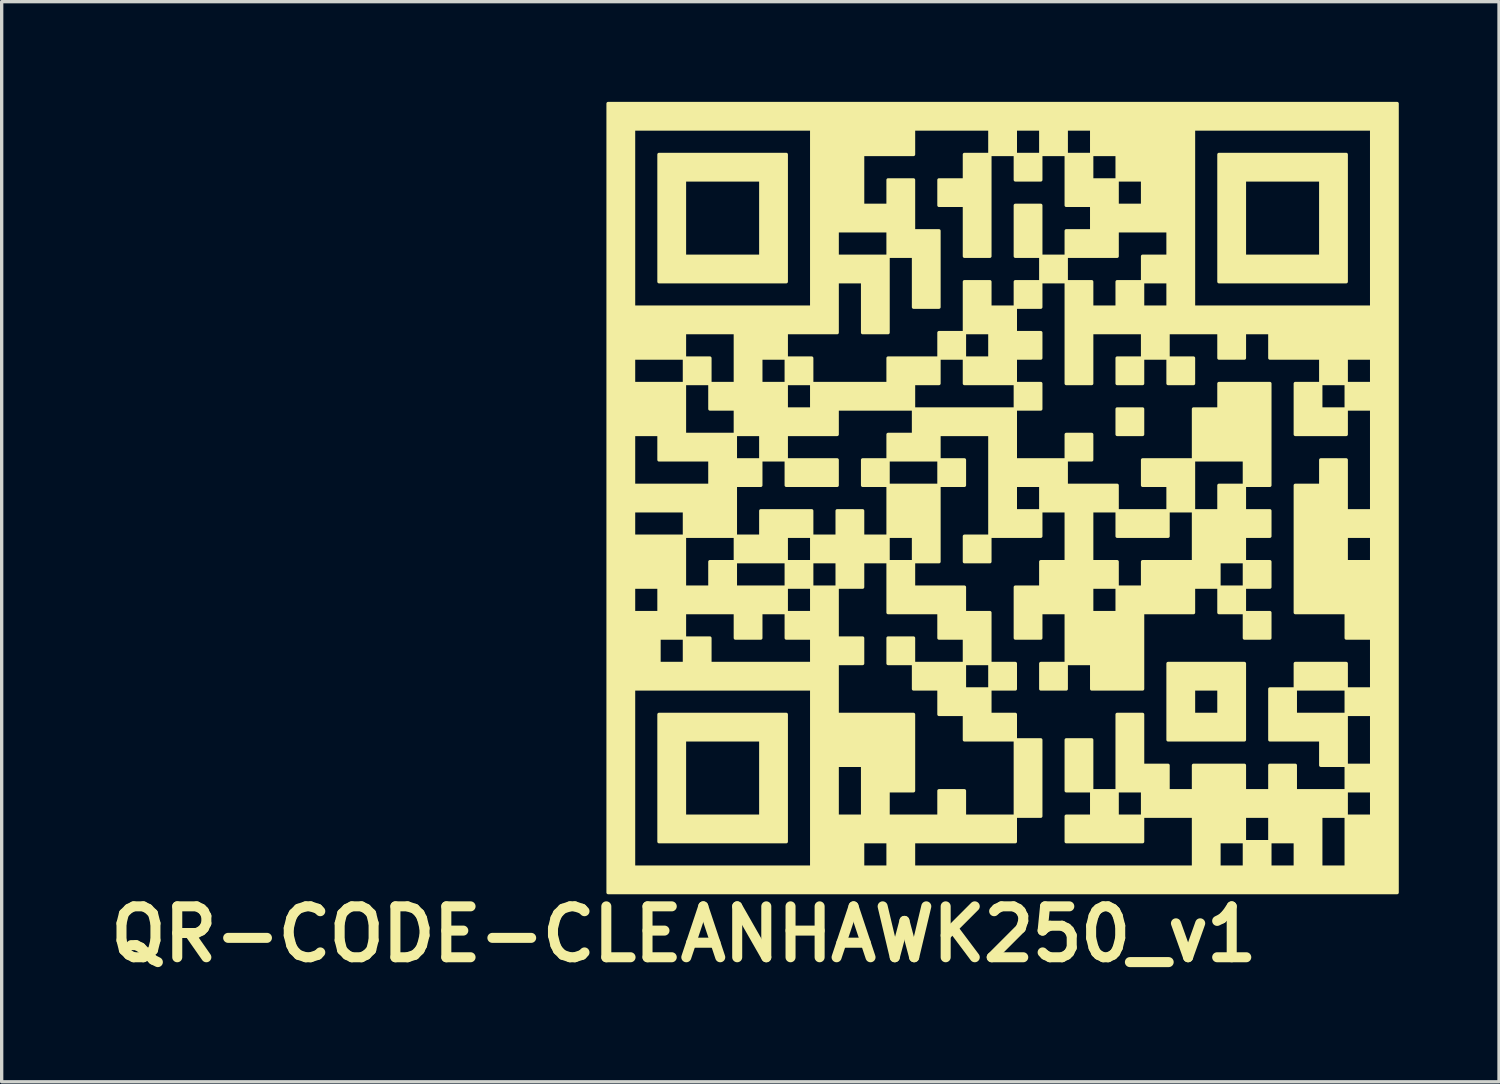
<source format=kicad_pcb>
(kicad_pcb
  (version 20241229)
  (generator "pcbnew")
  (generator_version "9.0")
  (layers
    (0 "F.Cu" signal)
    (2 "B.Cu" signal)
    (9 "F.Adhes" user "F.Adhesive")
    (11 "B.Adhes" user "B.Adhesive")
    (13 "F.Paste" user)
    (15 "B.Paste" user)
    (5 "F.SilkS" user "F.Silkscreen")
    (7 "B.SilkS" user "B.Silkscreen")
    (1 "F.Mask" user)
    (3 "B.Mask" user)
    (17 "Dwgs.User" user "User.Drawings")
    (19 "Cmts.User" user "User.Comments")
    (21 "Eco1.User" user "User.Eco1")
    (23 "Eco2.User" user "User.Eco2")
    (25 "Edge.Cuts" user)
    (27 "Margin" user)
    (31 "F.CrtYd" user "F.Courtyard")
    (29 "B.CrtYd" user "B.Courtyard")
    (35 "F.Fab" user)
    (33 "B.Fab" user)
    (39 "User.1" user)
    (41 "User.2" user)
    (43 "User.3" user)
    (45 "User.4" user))
  (footprint "QR-CODE-CLEANHAWK250_v1"
    (layer "F.Cu")
    (at 26.924 11.819)
    (property "Reference" "QR-CODE-CLEANHAWK250_v1" (at -9.5 13.1 0) (layer "F.SilkS") (effects (font (size 1.524 1.524) (thickness 0.3))))
    (attr through_hole)
    (fp_poly (pts (xy -8.721 -3.387) (xy -9.102 -3.387) (xy -9.483 -3.387) (xy -9.483 -3.768) (xy -9.483 -4.149) (xy -9.102 -4.149) (xy -8.721 -4.149) (xy -8.721 -3.768) (xy -8.721 -3.387)) (stroke (width 0.1) (type solid)) (fill yes) (layer "F.SilkS"))
    (fp_poly (pts (xy -5.673 -3.387) (xy -6.054 -3.387) (xy -6.435 -3.387) (xy -6.435 -3.768) (xy -6.435 -4.149) (xy -6.054 -4.149) (xy -5.673 -4.149) (xy -5.673 -3.768) (xy -5.673 -3.387)) (stroke (width 0.1) (type solid)) (fill yes) (layer "F.SilkS"))
    (fp_poly (pts (xy -5.673 2.709) (xy -6.054 2.709) (xy -6.435 2.709) (xy -6.435 2.328) (xy -6.435 1.947) (xy -6.054 1.947) (xy -5.673 1.947) (xy -5.673 2.328) (xy -5.673 2.709)) (stroke (width 0.1) (type solid)) (fill yes) (layer "F.SilkS"))
    (fp_poly (pts (xy -4.911 -0.339) (xy -5.673 -0.339) (xy -6.435 -0.339) (xy -6.435 -0.72) (xy -6.435 -1.101) (xy -5.673 -1.101) (xy -4.911 -1.101) (xy -4.911 -0.72) (xy -4.911 -0.339)) (stroke (width 0.1) (type solid)) (fill yes) (layer "F.SilkS"))
    (fp_poly (pts (xy -3.387 -0.339) (xy -3.768 -0.339) (xy -4.149 -0.339) (xy -4.149 -0.72) (xy -4.149 -1.101) (xy -3.768 -1.101) (xy -3.387 -1.101) (xy -3.387 -0.72) (xy -3.387 -0.339)) (stroke (width 0.1) (type solid)) (fill yes) (layer "F.SilkS"))
    (fp_poly (pts (xy -2.625 4.995) (xy -3.006 4.995) (xy -3.387 4.995) (xy -3.387 4.614) (xy -3.387 4.233) (xy -3.006 4.233) (xy -2.625 4.233) (xy -2.625 4.614) (xy -2.625 4.995)) (stroke (width 0.1) (type solid)) (fill yes) (layer "F.SilkS"))
    (fp_poly (pts (xy -1.101 -4.149) (xy -1.482 -4.149) (xy -1.863 -4.149) (xy -1.863 -4.53) (xy -1.863 -4.911) (xy -1.482 -4.911) (xy -1.101 -4.911) (xy -1.101 -4.53) (xy -1.101 -4.149)) (stroke (width 0.1) (type solid)) (fill yes) (layer "F.SilkS"))
    (fp_poly (pts (xy -1.101 -0.339) (xy -1.482 -0.339) (xy -1.863 -0.339) (xy -1.863 -0.72) (xy -1.863 -1.101) (xy -1.482 -1.101) (xy -1.101 -1.101) (xy -1.101 -0.72) (xy -1.101 -0.339)) (stroke (width 0.1) (type solid)) (fill yes) (layer "F.SilkS"))
    (fp_poly (pts (xy -0.339 1.947) (xy -0.72 1.947) (xy -1.101 1.947) (xy -1.101 1.566) (xy -1.101 1.185) (xy -0.72 1.185) (xy -0.339 1.185) (xy -0.339 1.566) (xy -0.339 1.947)) (stroke (width 0.1) (type solid)) (fill yes) (layer "F.SilkS"))
    (fp_poly (pts (xy 0.423 5.757) (xy 0.042 5.757) (xy -0.339 5.757) (xy -0.339 5.376) (xy -0.339 4.995) (xy 0.042 4.995) (xy 0.423 4.995) (xy 0.423 5.376) (xy 0.423 5.757)) (stroke (width 0.1) (type solid)) (fill yes) (layer "F.SilkS"))
    (fp_poly (pts (xy 1.185 -9.483) (xy 0.804 -9.483) (xy 0.423 -9.483) (xy 0.423 -9.864) (xy 0.423 -10.245) (xy 0.804 -10.245) (xy 1.185 -10.245) (xy 1.185 -9.864) (xy 1.185 -9.483)) (stroke (width 0.1) (type solid)) (fill yes) (layer "F.SilkS"))
    (fp_poly (pts (xy 1.185 -7.197) (xy 0.804 -7.197) (xy 0.423 -7.197) (xy 0.423 -7.959) (xy 0.423 -8.721) (xy 0.804 -8.721) (xy 1.185 -8.721) (xy 1.185 -7.959) (xy 1.185 -7.197)) (stroke (width 0.1) (type solid)) (fill yes) (layer "F.SilkS"))
    (fp_poly (pts (xy 1.185 -5.673) (xy 0.804 -5.673) (xy 0.423 -5.673) (xy 0.423 -6.054) (xy 0.423 -6.435) (xy 0.804 -6.435) (xy 1.185 -6.435) (xy 1.185 -6.054) (xy 1.185 -5.673)) (stroke (width 0.1) (type solid)) (fill yes) (layer "F.SilkS"))
    (fp_poly (pts (xy 1.185 -2.625) (xy 0.804 -2.625) (xy 0.423 -2.625) (xy 0.423 -3.006) (xy 0.423 -3.387) (xy 0.804 -3.387) (xy 1.185 -3.387) (xy 1.185 -3.006) (xy 1.185 -2.625)) (stroke (width 0.1) (type solid)) (fill yes) (layer "F.SilkS"))
    (fp_poly (pts (xy 1.185 9.567) (xy 0.804 9.567) (xy 0.423 9.567) (xy 0.423 8.424) (xy 0.423 7.281) (xy 0.804 7.281) (xy 1.185 7.281) (xy 1.185 8.424) (xy 1.185 9.567)) (stroke (width 0.1) (type solid)) (fill yes) (layer "F.SilkS"))
    (fp_poly (pts (xy 1.947 -6.435) (xy 1.566 -6.435) (xy 1.185 -6.435) (xy 1.185 -6.816) (xy 1.185 -7.197) (xy 1.566 -7.197) (xy 1.947 -7.197) (xy 1.947 -6.816) (xy 1.947 -6.435)) (stroke (width 0.1) (type solid)) (fill yes) (layer "F.SilkS"))
    (fp_poly (pts (xy 1.947 5.757) (xy 1.566 5.757) (xy 1.185 5.757) (xy 1.185 5.376) (xy 1.185 4.995) (xy 1.566 4.995) (xy 1.947 4.995) (xy 1.947 5.376) (xy 1.947 5.757)) (stroke (width 0.1) (type solid)) (fill yes) (layer "F.SilkS"))
    (fp_poly (pts (xy 2.709 -1.101) (xy 2.328 -1.101) (xy 1.947 -1.101) (xy 1.947 -1.482) (xy 1.947 -1.863) (xy 2.328 -1.863) (xy 2.709 -1.863) (xy 2.709 -1.482) (xy 2.709 -1.101)) (stroke (width 0.1) (type solid)) (fill yes) (layer "F.SilkS"))
    (fp_poly (pts (xy 2.709 8.805) (xy 2.328 8.805) (xy 1.947 8.805) (xy 1.947 8.043) (xy 1.947 7.281) (xy 2.328 7.281) (xy 2.709 7.281) (xy 2.709 8.043) (xy 2.709 8.805)) (stroke (width 0.1) (type solid)) (fill yes) (layer "F.SilkS"))
    (fp_poly (pts (xy 4.233 -3.387) (xy 3.852 -3.387) (xy 3.471 -3.387) (xy 3.471 -3.768) (xy 3.471 -4.149) (xy 3.852 -4.149) (xy 4.233 -4.149) (xy 4.233 -3.768) (xy 4.233 -3.387)) (stroke (width 0.1) (type solid)) (fill yes) (layer "F.SilkS"))
    (fp_poly (pts (xy 4.233 -1.863) (xy 3.852 -1.863) (xy 3.471 -1.863) (xy 3.471 -2.244) (xy 3.471 -2.625) (xy 3.852 -2.625) (xy 4.233 -2.625) (xy 4.233 -2.244) (xy 4.233 -1.863)) (stroke (width 0.1) (type solid)) (fill yes) (layer "F.SilkS"))
    (fp_poly (pts (xy 4.995 1.185) (xy 4.233 1.185) (xy 3.471 1.185) (xy 3.471 0.804) (xy 3.471 0.423) (xy 4.233 0.423) (xy 4.995 0.423) (xy 4.995 0.804) (xy 4.995 1.185)) (stroke (width 0.1) (type solid)) (fill yes) (layer "F.SilkS"))
    (fp_poly (pts (xy 5.757 -3.387) (xy 5.376 -3.387) (xy 4.995 -3.387) (xy 4.995 -3.768) (xy 4.995 -4.149) (xy 5.376 -4.149) (xy 5.757 -4.149) (xy 5.757 -3.768) (xy 5.757 -3.387)) (stroke (width 0.1) (type solid)) (fill yes) (layer "F.SilkS"))
    (fp_poly (pts (xy 7.281 3.471) (xy 6.9 3.471) (xy 6.519 3.471) (xy 6.519 3.09) (xy 6.519 2.709) (xy 6.9 2.709) (xy 7.281 2.709) (xy 7.281 3.09) (xy 7.281 3.471)) (stroke (width 0.1) (type solid)) (fill yes) (layer "F.SilkS"))
    (fp_poly (pts (xy 8.043 2.709) (xy 7.662 2.709) (xy 7.281 2.709) (xy 7.281 2.328) (xy 7.281 1.947) (xy 7.662 1.947) (xy 8.043 1.947) (xy 8.043 2.328) (xy 8.043 2.709)) (stroke (width 0.1) (type solid)) (fill yes) (layer "F.SilkS"))
    (fp_poly (pts (xy 8.043 4.233) (xy 7.662 4.233) (xy 7.281 4.233) (xy 7.281 3.852) (xy 7.281 3.471) (xy 7.662 3.471) (xy 8.043 3.471) (xy 8.043 3.852) (xy 8.043 4.233)) (stroke (width 0.1) (type solid)) (fill yes) (layer "F.SilkS"))
    (fp_poly (pts (xy 10.329 5.757) (xy 9.567 5.757) (xy 8.805 5.757) (xy 8.805 5.376) (xy 8.805 4.995) (xy 9.567 4.995) (xy 10.329 4.995) (xy 10.329 5.376) (xy 10.329 5.757)) (stroke (width 0.1) (type solid)) (fill yes) (layer "F.SilkS"))
    (fp_poly (pts (xy -1.863 1.947) (xy -2.244 1.947) (xy -2.625 1.947) (xy -2.625 1.566) (xy -2.625 1.185) (xy -3.006 1.185) (xy -3.387 1.185) (xy -3.387 0.423) (xy -3.387 -0.339) (xy -2.625 -0.339) (xy -1.863 -0.339) (xy -1.863 0.804) (xy -1.863 1.947)) (stroke (width 0.1) (type solid)) (fill yes) (layer "F.SilkS"))
    (fp_poly (pts (xy 5.757 0.423) (xy 5.376 0.423) (xy 4.995 0.423) (xy 4.995 0.042) (xy 4.995 -0.339) (xy 4.614 -0.339) (xy 4.233 -0.339) (xy 4.233 -0.72) (xy 4.233 -1.101) (xy 4.995 -1.101) (xy 5.757 -1.101) (xy 5.757 -0.339) (xy 5.757 0.423)) (stroke (width 0.1) (type solid)) (fill yes) (layer "F.SilkS"))
    (fp_poly (pts (xy 10.329 -1.863) (xy 9.567 -1.863) (xy 8.805 -1.863) (xy 8.805 -2.625) (xy 8.805 -3.387) (xy 9.186 -3.387) (xy 9.567 -3.387) (xy 9.567 -3.006) (xy 9.567 -2.625) (xy 9.948 -2.625) (xy 10.329 -2.625) (xy 10.329 -2.244) (xy 10.329 -1.863)) (stroke (width 0.1) (type solid)) (fill yes) (layer "F.SilkS"))
    (fp_poly (pts (xy -5.673 1.185) (xy -6.054 1.185) (xy -6.435 1.185) (xy -6.435 1.566) (xy -6.435 1.947) (xy -7.197 1.947) (xy -7.959 1.947) (xy -7.959 1.566) (xy -7.959 1.185) (xy -7.578 1.185) (xy -7.197 1.185) (xy -7.197 0.804) (xy -7.197 0.423) (xy -6.435 0.423) (xy -5.673 0.423) (xy -5.673 0.804) (xy -5.673 1.185)) (stroke (width 0.1) (type solid)) (fill yes) (layer "F.SilkS"))
    (fp_poly (pts (xy -0.339 -7.197) (xy -0.72 -7.197) (xy -1.101 -7.197) (xy -1.101 -7.959) (xy -1.101 -8.721) (xy -1.482 -8.721) (xy -1.863 -8.721) (xy -1.863 -9.102) (xy -1.863 -9.483) (xy -1.482 -9.483) (xy -1.101 -9.483) (xy -1.101 -9.864) (xy -1.101 -10.245) (xy -0.72 -10.245) (xy -0.339 -10.245) (xy -0.339 -8.721) (xy -0.339 -7.197)) (stroke (width 0.1) (type solid)) (fill yes) (layer "F.SilkS"))
    (fp_poly (pts (xy 4.233 10.329) (xy 3.09 10.329) (xy 1.947 10.329) (xy 1.947 9.948) (xy 1.947 9.567) (xy 2.328 9.567) (xy 2.709 9.567) (xy 2.709 9.186) (xy 2.709 8.805) (xy 3.09 8.805) (xy 3.471 8.805) (xy 3.471 9.186) (xy 3.471 9.567) (xy 3.852 9.567) (xy 4.233 9.567) (xy 4.233 9.948) (xy 4.233 10.329)) (stroke (width 0.1) (type solid)) (fill yes) (layer "F.SilkS"))
    (fp_poly (pts (xy 8.043 -0.339) (xy 7.662 -0.339) (xy 7.281 -0.339) (xy 7.281 -0.72) (xy 7.281 -1.101) (xy 6.519 -1.101) (xy 5.757 -1.101) (xy 5.757 -1.863) (xy 5.757 -2.625) (xy 6.138 -2.625) (xy 6.519 -2.625) (xy 6.519 -3.006) (xy 6.519 -3.387) (xy 7.281 -3.387) (xy 8.043 -3.387) (xy 8.043 -1.863) (xy 8.043 -0.339)) (stroke (width 0.1) (type solid)) (fill yes) (layer "F.SilkS"))
    (fp_poly (pts (xy 10.329 8.043) (xy 9.948 8.043) (xy 9.567 8.043) (xy 9.567 7.662) (xy 9.567 7.281) (xy 8.805 7.281) (xy 8.043 7.281) (xy 8.043 6.519) (xy 8.043 5.757) (xy 8.424 5.757) (xy 8.805 5.757) (xy 8.805 6.138) (xy 8.805 6.519) (xy 9.567 6.519) (xy 10.329 6.519) (xy 10.329 7.281) (xy 10.329 8.043)) (stroke (width 0.1) (type solid)) (fill yes) (layer "F.SilkS"))
    (fp_poly (pts (xy -6.435 -6.435) (xy -7.197 -6.435) (xy -7.197 -7.197) (xy -7.197 -8.34) (xy -7.197 -9.483) (xy -8.34 -9.483) (xy -9.483 -9.483) (xy -9.483 -8.34) (xy -9.483 -7.197) (xy -8.34 -7.197) (xy -7.197 -7.197) (xy -7.197 -6.435) (xy -8.34 -6.435) (xy -10.245 -6.435) (xy -10.245 -8.34) (xy -10.245 -10.245) (xy -8.34 -10.245) (xy -6.435 -10.245) (xy -6.435 -8.34) (xy -6.435 -6.435)) (stroke (width 0.1) (type solid)) (fill yes) (layer "F.SilkS"))
    (fp_poly (pts (xy -6.435 10.329) (xy -7.197 10.329) (xy -7.197 9.567) (xy -7.197 8.424) (xy -7.197 7.281) (xy -8.34 7.281) (xy -9.483 7.281) (xy -9.483 8.424) (xy -9.483 9.567) (xy -8.34 9.567) (xy -7.197 9.567) (xy -7.197 10.329) (xy -8.34 10.329) (xy -10.245 10.329) (xy -10.245 8.424) (xy -10.245 6.519) (xy -8.34 6.519) (xy -6.435 6.519) (xy -6.435 8.424) (xy -6.435 10.329)) (stroke (width 0.1) (type solid)) (fill yes) (layer "F.SilkS"))
    (fp_poly (pts (xy 7.281 7.281) (xy 6.519 7.281) (xy 6.519 6.519) (xy 6.519 6.138) (xy 6.519 5.757) (xy 6.138 5.757) (xy 5.757 5.757) (xy 5.757 6.138) (xy 5.757 6.519) (xy 6.138 6.519) (xy 6.519 6.519) (xy 6.519 7.281) (xy 6.138 7.281) (xy 4.995 7.281) (xy 4.995 6.138) (xy 4.995 4.995) (xy 6.138 4.995) (xy 7.281 4.995) (xy 7.281 6.138) (xy 7.281 7.281)) (stroke (width 0.1) (type solid)) (fill yes) (layer "F.SilkS"))
    (fp_poly (pts (xy 10.329 -6.435) (xy 9.567 -6.435) (xy 9.567 -7.197) (xy 9.567 -8.34) (xy 9.567 -9.483) (xy 8.424 -9.483) (xy 7.281 -9.483) (xy 7.281 -8.34) (xy 7.281 -7.197) (xy 8.424 -7.197) (xy 9.567 -7.197) (xy 9.567 -6.435) (xy 8.424 -6.435) (xy 6.519 -6.435) (xy 6.519 -8.34) (xy 6.519 -10.245) (xy 8.424 -10.245) (xy 10.329 -10.245) (xy 10.329 -8.34) (xy 10.329 -6.435)) (stroke (width 0.1) (type solid)) (fill yes) (layer "F.SilkS"))
    (fp_poly (pts (xy -3.387 1.947) (xy -3.768 1.947) (xy -4.149 1.947) (xy -4.149 2.328) (xy -4.149 2.709) (xy -4.53 2.709) (xy -4.911 2.709) (xy -4.911 2.328) (xy -4.911 1.947) (xy -5.292 1.947) (xy -5.673 1.947) (xy -5.673 1.566) (xy -5.673 1.185) (xy -5.292 1.185) (xy -4.911 1.185) (xy -4.911 0.804) (xy -4.911 0.423) (xy -4.53 0.423) (xy -4.149 0.423) (xy -4.149 0.804) (xy -4.149 1.185) (xy -3.768 1.185) (xy -3.387 1.185) (xy -3.387 1.566) (xy -3.387 1.947)) (stroke (width 0.1) (type solid)) (fill yes) (layer "F.SilkS"))
    (fp_poly (pts (xy -0.339 4.995) (xy -0.72 4.995) (xy -1.101 4.995) (xy -1.101 4.614) (xy -1.101 4.233) (xy -1.482 4.233) (xy -1.863 4.233) (xy -1.863 3.852) (xy -1.863 3.471) (xy -2.625 3.471) (xy -3.387 3.471) (xy -3.387 2.709) (xy -3.387 1.947) (xy -3.006 1.947) (xy -2.625 1.947) (xy -2.625 2.328) (xy -2.625 2.709) (xy -1.863 2.709) (xy -1.101 2.709) (xy -1.101 3.09) (xy -1.101 3.471) (xy -0.72 3.471) (xy -0.339 3.471) (xy -0.339 4.233) (xy -0.339 4.995)) (stroke (width 0.1) (type solid)) (fill yes) (layer "F.SilkS"))
    (fp_poly (pts (xy 0.423 7.281) (xy -0.339 7.281) (xy -1.101 7.281) (xy -1.101 6.9) (xy -1.101 6.519) (xy -1.482 6.519) (xy -1.863 6.519) (xy -1.863 6.138) (xy -1.863 5.757) (xy -2.244 5.757) (xy -2.625 5.757) (xy -2.625 5.376) (xy -2.625 4.995) (xy -1.863 4.995) (xy -1.101 4.995) (xy -1.101 5.376) (xy -1.101 5.757) (xy -0.72 5.757) (xy -0.339 5.757) (xy -0.339 6.138) (xy -0.339 6.519) (xy 0.042 6.519) (xy 0.423 6.519) (xy 0.423 6.9) (xy 0.423 7.281)) (stroke (width 0.1) (type solid)) (fill yes) (layer "F.SilkS"))
    (fp_poly (pts (xy 1.185 -4.149) (xy 0.804 -4.149) (xy 0.423 -4.149) (xy 0.423 -3.768) (xy 0.423 -3.387) (xy -0.339 -3.387) (xy -1.101 -3.387) (xy -1.101 -3.768) (xy -1.101 -4.149) (xy -0.72 -4.149) (xy -0.339 -4.149) (xy -0.339 -4.53) (xy -0.339 -4.911) (xy -0.72 -4.911) (xy -1.101 -4.911) (xy -1.101 -5.673) (xy -1.101 -6.435) (xy -0.72 -6.435) (xy -0.339 -6.435) (xy -0.339 -6.054) (xy -0.339 -5.673) (xy 0.042 -5.673) (xy 0.423 -5.673) (xy 0.423 -5.292) (xy 0.423 -4.911) (xy 0.804 -4.911) (xy 1.185 -4.911) (xy 1.185 -4.53) (xy 1.185 -4.149)) (stroke (width 0.1) (type solid)) (fill yes) (layer "F.SilkS"))
    (fp_poly (pts (xy 8.043 1.185) (xy 7.662 1.185) (xy 7.281 1.185) (xy 7.281 1.566) (xy 7.281 1.947) (xy 6.9 1.947) (xy 6.519 1.947) (xy 6.519 2.328) (xy 6.519 2.709) (xy 6.138 2.709) (xy 5.757 2.709) (xy 5.757 3.09) (xy 5.757 3.471) (xy 4.995 3.471) (xy 4.233 3.471) (xy 4.233 4.614) (xy 4.233 5.757) (xy 3.471 5.757) (xy 2.709 5.757) (xy 2.709 5.376) (xy 2.709 4.995) (xy 2.328 4.995) (xy 1.947 4.995) (xy 1.947 4.233) (xy 1.947 3.471) (xy 1.566 3.471) (xy 1.185 3.471) (xy 1.185 3.852) (xy 1.185 4.233) (xy 0.804 4.233) (xy 0.423 4.233) (xy 0.423 3.471) (xy 0.423 2.709) (xy 0.804 2.709) (xy 1.185 2.709) (xy 1.185 2.328) (xy 1.185 1.947) (xy 1.566 1.947) (xy 1.947 1.947) (xy 1.947 1.185) (xy 1.947 0.423) (xy 1.566 0.423) (xy 1.185 0.423) (xy 1.185 0.042) (xy 1.185 -0.339) (xy 0.804 -0.339) (xy 0.423 -0.339) (xy 0.423 0.042) (xy 0.423 0.423) (xy 0.804 0.423) (xy 1.185 0.423) (xy 1.185 0.804) (xy 1.185 1.185) (xy 0.423 1.185) (xy -0.339 1.185) (xy -0.339 -0.339) (xy -0.339 -1.863) (xy -1.101 -1.863) (xy -1.863 -1.863) (xy -1.863 -1.482) (xy -1.863 -1.101) (xy -2.625 -1.101) (xy -3.387 -1.101) (xy -3.387 -1.482) (xy -3.387 -1.863) (xy -3.006 -1.863) (xy -2.625 -1.863) (xy -2.625 -2.244) (xy -2.625 -2.625) (xy -1.101 -2.625) (xy 0.423 -2.625) (xy 0.423 -1.863) (xy 0.423 -1.101) (xy 1.185 -1.101) (xy 1.947 -1.101) (xy 1.947 -0.72) (xy 1.947 -0.339) (xy 2.709 -0.339) (xy 3.471 -0.339) (xy 3.471 0.042) (xy 3.471 0.423) (xy 3.09 0.423) (xy 2.709 0.423) (xy 2.709 1.185) (xy 2.709 1.947) (xy 3.09 1.947) (xy 3.471 1.947) (xy 3.471 2.328) (xy 3.471 2.709) (xy 3.09 2.709) (xy 2.709 2.709) (xy 2.709 3.09) (xy 2.709 3.471) (xy 3.09 3.471) (xy 3.471 3.471) (xy 3.471 3.09) (xy 3.471 2.709) (xy 3.852 2.709) (xy 4.233 2.709) (xy 4.233 2.328) (xy 4.233 1.947) (xy 4.995 1.947) (xy 5.757 1.947) (xy 5.757 1.185) (xy 5.757 0.423) (xy 6.138 0.423) (xy 6.519 0.423) (xy 6.519 0.042) (xy 6.519 -0.339) (xy 6.9 -0.339) (xy 7.281 -0.339) (xy 7.281 0.042) (xy 7.281 0.423) (xy 7.662 0.423) (xy 8.043 0.423) (xy 8.043 0.804) (xy 8.043 1.185)) (stroke (width 0.1) (type solid)) (fill yes) (layer "F.SilkS"))
    (fp_poly (pts (xy 11.853 11.853) (xy 11.091 11.853) (xy 11.091 9.567) (xy 11.091 9.186) (xy 11.091 8.805) (xy 10.71 8.805) (xy 10.329 8.805) (xy 10.329 8.424) (xy 10.329 8.043) (xy 10.71 8.043) (xy 11.091 8.043) (xy 11.091 7.281) (xy 11.091 6.519) (xy 10.71 6.519) (xy 10.329 6.519) (xy 10.329 6.138) (xy 10.329 5.757) (xy 10.71 5.757) (xy 11.091 5.757) (xy 11.091 4.995) (xy 11.091 4.233) (xy 11.091 1.947) (xy 11.091 1.566) (xy 11.091 1.185) (xy 10.71 1.185) (xy 10.329 1.185) (xy 10.329 1.566) (xy 10.329 1.947) (xy 10.71 1.947) (xy 11.091 1.947) (xy 11.091 4.233) (xy 10.71 4.233) (xy 10.329 4.233) (xy 10.329 3.852) (xy 10.329 3.471) (xy 9.567 3.471) (xy 8.805 3.471) (xy 8.805 1.566) (xy 8.805 -0.339) (xy 9.186 -0.339) (xy 9.567 -0.339) (xy 9.567 -0.72) (xy 9.567 -1.101) (xy 9.948 -1.101) (xy 10.329 -1.101) (xy 10.329 -0.339) (xy 10.329 0.423) (xy 10.71 0.423) (xy 11.091 0.423) (xy 11.091 -1.101) (xy 11.091 -2.625) (xy 10.71 -2.625) (xy 10.329 -2.625) (xy 10.329 -3.006) (xy 10.329 -3.387) (xy 10.71 -3.387) (xy 11.091 -3.387) (xy 11.091 -3.768) (xy 11.091 -4.149) (xy 11.091 -5.673) (xy 11.091 -8.34) (xy 11.091 -11.007) (xy 8.424 -11.007) (xy 5.757 -11.007) (xy 5.757 -8.34) (xy 5.757 -5.673) (xy 8.424 -5.673) (xy 11.091 -5.673) (xy 11.091 -4.149) (xy 10.71 -4.149) (xy 10.329 -4.149) (xy 10.329 -3.768) (xy 10.329 -3.387) (xy 9.948 -3.387) (xy 9.567 -3.387) (xy 9.567 -3.768) (xy 9.567 -4.149) (xy 8.805 -4.149) (xy 8.043 -4.149) (xy 8.043 -4.53) (xy 8.043 -4.911) (xy 7.662 -4.911) (xy 7.281 -4.911) (xy 7.281 -4.53) (xy 7.281 -4.149) (xy 6.9 -4.149) (xy 6.519 -4.149) (xy 6.519 -4.53) (xy 6.519 -4.911) (xy 5.757 -4.911) (xy 4.995 -4.911) (xy 4.995 -4.53) (xy 4.995 -4.149) (xy 4.614 -4.149) (xy 4.233 -4.149) (xy 4.233 -4.53) (xy 4.233 -4.911) (xy 3.471 -4.911) (xy 2.709 -4.911) (xy 2.709 -4.149) (xy 2.709 -3.387) (xy 2.328 -3.387) (xy 1.947 -3.387) (xy 1.947 -4.911) (xy 1.947 -6.435) (xy 2.328 -6.435) (xy 2.709 -6.435) (xy 2.709 -6.054) (xy 2.709 -5.673) (xy 3.09 -5.673) (xy 3.471 -5.673) (xy 3.471 -6.054) (xy 3.471 -6.435) (xy 3.852 -6.435) (xy 4.233 -6.435) (xy 4.233 -6.054) (xy 4.233 -5.673) (xy 4.614 -5.673) (xy 4.995 -5.673) (xy 4.995 -6.054) (xy 4.995 -6.435) (xy 4.614 -6.435) (xy 4.233 -6.435) (xy 4.233 -6.816) (xy 4.233 -7.197) (xy 4.614 -7.197) (xy 4.995 -7.197) (xy 4.995 -7.578) (xy 4.995 -7.959) (xy 4.233 -7.959) (xy 3.471 -7.959) (xy 3.471 -7.578) (xy 3.471 -7.197) (xy 2.709 -7.197) (xy 1.947 -7.197) (xy 1.947 -7.578) (xy 1.947 -7.959) (xy 2.328 -7.959) (xy 2.709 -7.959) (xy 2.709 -8.34) (xy 2.709 -8.721) (xy 2.328 -8.721) (xy 1.947 -8.721) (xy 1.947 -9.483) (xy 1.947 -10.245) (xy 2.328 -10.245) (xy 2.709 -10.245) (xy 2.709 -9.864) (xy 2.709 -9.483) (xy 3.09 -9.483) (xy 3.471 -9.483) (xy 3.471 -9.102) (xy 3.471 -8.721) (xy 3.852 -8.721) (xy 4.233 -8.721) (xy 4.233 -9.102) (xy 4.233 -9.483) (xy 3.852 -9.483) (xy 3.471 -9.483) (xy 3.471 -9.864) (xy 3.471 -10.245) (xy 3.09 -10.245) (xy 2.709 -10.245) (xy 2.709 -10.626) (xy 2.709 -11.007) (xy 2.328 -11.007) (xy 1.947 -11.007) (xy 1.947 -10.626) (xy 1.947 -10.245) (xy 1.566 -10.245) (xy 1.185 -10.245) (xy 1.185 -10.626) (xy 1.185 -11.007) (xy 0.804 -11.007) (xy 0.423 -11.007) (xy 0.423 -10.626) (xy 0.423 -10.245) (xy 0.042 -10.245) (xy -0.339 -10.245) (xy -0.339 -10.626) (xy -0.339 -11.007) (xy -1.482 -11.007) (xy -2.625 -11.007) (xy -2.625 -10.626) (xy -2.625 -10.245) (xy -3.387 -10.245) (xy -4.149 -10.245) (xy -4.149 -9.483) (xy -4.149 -8.721) (xy -3.768 -8.721) (xy -3.387 -8.721) (xy -3.387 -9.102) (xy -3.387 -9.483) (xy -3.006 -9.483) (xy -2.625 -9.483) (xy -2.625 -8.721) (xy -2.625 -7.959) (xy -2.244 -7.959) (xy -1.863 -7.959) (xy -1.863 -6.816) (xy -1.863 -5.673) (xy -2.244 -5.673) (xy -2.625 -5.673) (xy -2.625 -6.435) (xy -2.625 -7.197) (xy -3.006 -7.197) (xy -3.387 -7.197) (xy -3.387 -7.578) (xy -3.387 -7.959) (xy -4.149 -7.959) (xy -4.911 -7.959) (xy -4.911 -7.578) (xy -4.911 -7.197) (xy -4.149 -7.197) (xy -3.387 -7.197) (xy -3.387 -6.054) (xy -3.387 -4.911) (xy -3.768 -4.911) (xy -4.149 -4.911) (xy -4.149 -5.673) (xy -4.149 -6.435) (xy -4.53 -6.435) (xy -4.911 -6.435) (xy -4.911 -5.673) (xy -4.911 -4.911) (xy -5.673 -4.911) (xy -5.673 -5.673) (xy -5.673 -8.34) (xy -5.673 -11.007) (xy -8.34 -11.007) (xy -11.007 -11.007) (xy -11.007 -8.34) (xy -11.007 -5.673) (xy -8.34 -5.673) (xy -5.673 -5.673) (xy -5.673 -4.911) (xy -6.435 -4.911) (xy -6.435 -4.53) (xy -6.435 -4.149) (xy -6.816 -4.149) (xy -7.197 -4.149) (xy -7.197 -3.768) (xy -7.197 -3.387) (xy -6.816 -3.387) (xy -6.435 -3.387) (xy -6.435 -3.006) (xy -6.435 -2.625) (xy -6.054 -2.625) (xy -5.673 -2.625) (xy -5.673 -3.006) (xy -5.673 -3.387) (xy -4.53 -3.387) (xy -3.387 -3.387) (xy -3.387 -3.768) (xy -3.387 -4.149) (xy -2.625 -4.149) (xy -1.863 -4.149) (xy -1.863 -3.768) (xy -1.863 -3.387) (xy -2.244 -3.387) (xy -2.625 -3.387) (xy -2.625 -3.006) (xy -2.625 -2.625) (xy -3.768 -2.625) (xy -4.911 -2.625) (xy -4.911 -2.244) (xy -4.911 -1.863) (xy -5.673 -1.863) (xy -6.435 -1.863) (xy -6.435 -1.482) (xy -6.435 -1.101) (xy -6.816 -1.101) (xy -7.197 -1.101) (xy -7.197 -1.482) (xy -7.197 -1.863) (xy -7.578 -1.863) (xy -7.959 -1.863) (xy -7.959 -2.244) (xy -7.959 -2.625) (xy -8.34 -2.625) (xy -8.721 -2.625) (xy -8.721 -3.006) (xy -8.721 -3.387) (xy -8.34 -3.387) (xy -7.959 -3.387) (xy -7.959 -4.149) (xy -7.959 -4.911) (xy -8.721 -4.911) (xy -9.483 -4.911) (xy -9.483 -4.53) (xy -9.483 -4.149) (xy -10.245 -4.149) (xy -11.007 -4.149) (xy -11.007 -3.768) (xy -11.007 -3.387) (xy -10.245 -3.387) (xy -9.483 -3.387) (xy -9.483 -2.625) (xy -9.483 -1.863) (xy -8.721 -1.863) (xy -7.959 -1.863) (xy -7.959 -1.482) (xy -7.959 -1.101) (xy -7.578 -1.101) (xy -7.197 -1.101) (xy -7.197 -0.72) (xy -7.197 -0.339) (xy -7.578 -0.339) (xy -7.959 -0.339) (xy -7.959 0.423) (xy -7.959 1.185) (xy -8.721 1.185) (xy -8.721 -0.339) (xy -8.721 -0.72) (xy -8.721 -1.101) (xy -9.483 -1.101) (xy -10.245 -1.101) (xy -10.245 -1.482) (xy -10.245 -1.863) (xy -10.626 -1.863) (xy -11.007 -1.863) (xy -11.007 -1.101) (xy -11.007 -0.339) (xy -9.864 -0.339) (xy -8.721 -0.339) (xy -8.721 1.185) (xy -9.483 1.185) (xy -9.483 0.804) (xy -9.483 0.423) (xy -10.245 0.423) (xy -11.007 0.423) (xy -11.007 0.804) (xy -11.007 1.185) (xy -10.245 1.185) (xy -9.483 1.185) (xy -9.483 1.947) (xy -9.483 2.709) (xy -9.102 2.709) (xy -8.721 2.709) (xy -8.721 2.328) (xy -8.721 1.947) (xy -8.34 1.947) (xy -7.959 1.947) (xy -7.959 2.328) (xy -7.959 2.709) (xy -7.197 2.709) (xy -6.435 2.709) (xy -6.435 3.09) (xy -6.435 3.471) (xy -6.816 3.471) (xy -7.197 3.471) (xy -7.197 3.852) (xy -7.197 4.233) (xy -7.578 4.233) (xy -7.959 4.233) (xy -7.959 3.852) (xy -7.959 3.471) (xy -8.721 3.471) (xy -9.483 3.471) (xy -9.483 3.852) (xy -9.483 4.233) (xy -9.864 4.233) (xy -10.245 4.233) (xy -10.245 3.471) (xy -10.245 3.09) (xy -10.245 2.709) (xy -10.626 2.709) (xy -11.007 2.709) (xy -11.007 3.09) (xy -11.007 3.471) (xy -10.626 3.471) (xy -10.245 3.471) (xy -10.245 4.233) (xy -10.245 4.614) (xy -10.245 4.995) (xy -9.864 4.995) (xy -9.483 4.995) (xy -9.483 4.614) (xy -9.483 4.233) (xy -9.102 4.233) (xy -8.721 4.233) (xy -8.721 4.614) (xy -8.721 4.995) (xy -7.197 4.995) (xy -5.673 4.995) (xy -5.673 4.614) (xy -5.673 4.233) (xy -6.054 4.233) (xy -6.435 4.233) (xy -6.435 3.852) (xy -6.435 3.471) (xy -6.054 3.471) (xy -5.673 3.471) (xy -5.673 3.09) (xy -5.673 2.709) (xy -5.292 2.709) (xy -4.911 2.709) (xy -4.911 3.471) (xy -4.911 4.233) (xy -4.53 4.233) (xy -4.149 4.233) (xy -4.149 4.614) (xy -4.149 4.995) (xy -4.53 4.995) (xy -4.911 4.995) (xy -4.911 5.757) (xy -4.911 6.519) (xy -3.768 6.519) (xy -2.625 6.519) (xy -2.625 7.662) (xy -2.625 8.805) (xy -3.006 8.805) (xy -3.387 8.805) (xy -3.387 9.186) (xy -3.387 9.567) (xy -2.625 9.567) (xy -1.863 9.567) (xy -1.863 9.186) (xy -1.863 8.805) (xy -1.482 8.805) (xy -1.101 8.805) (xy -1.101 9.186) (xy -1.101 9.567) (xy -0.339 9.567) (xy 0.423 9.567) (xy 0.423 9.948) (xy 0.423 10.329) (xy -1.101 10.329) (xy -2.625 10.329) (xy -2.625 10.71) (xy -2.625 11.091) (xy 1.566 11.091) (xy 5.757 11.091) (xy 5.757 10.329) (xy 5.757 9.567) (xy 4.995 9.567) (xy 4.233 9.567) (xy 4.233 9.186) (xy 4.233 8.805) (xy 3.852 8.805) (xy 3.471 8.805) (xy 3.471 7.662) (xy 3.471 6.519) (xy 3.852 6.519) (xy 4.233 6.519) (xy 4.233 7.281) (xy 4.233 8.043) (xy 4.614 8.043) (xy 4.995 8.043) (xy 4.995 8.424) (xy 4.995 8.805) (xy 5.376 8.805) (xy 5.757 8.805) (xy 5.757 8.424) (xy 5.757 8.043) (xy 6.519 8.043) (xy 7.281 8.043) (xy 7.281 8.424) (xy 7.281 8.805) (xy 7.662 8.805) (xy 8.043 8.805) (xy 8.043 8.424) (xy 8.043 8.043) (xy 8.424 8.043) (xy 8.805 8.043) (xy 8.805 8.424) (xy 8.805 8.805) (xy 9.567 8.805) (xy 10.329 8.805) (xy 10.329 9.186) (xy 10.329 9.567) (xy 9.948 9.567) (xy 9.567 9.567) (xy 9.567 10.329) (xy 9.567 11.091) (xy 9.948 11.091) (xy 10.329 11.091) (xy 10.329 10.329) (xy 10.329 9.567) (xy 10.71 9.567) (xy 11.091 9.567) (xy 11.091 11.853) (xy 8.805 11.853) (xy 8.805 11.091) (xy 8.805 10.71) (xy 8.805 10.329) (xy 8.424 10.329) (xy 8.043 10.329) (xy 8.043 9.948) (xy 8.043 9.567) (xy 7.662 9.567) (xy 7.281 9.567) (xy 7.281 9.948) (xy 7.281 10.329) (xy 6.9 10.329) (xy 6.519 10.329) (xy 6.519 10.71) (xy 6.519 11.091) (xy 6.9 11.091) (xy 7.281 11.091) (xy 7.281 10.71) (xy 7.281 10.329) (xy 7.662 10.329) (xy 8.043 10.329) (xy 8.043 10.71) (xy 8.043 11.091) (xy 8.424 11.091) (xy 8.805 11.091) (xy 8.805 11.853) (xy 0.042 11.853) (xy -3.387 11.853) (xy -3.387 11.091) (xy -3.387 10.71) (xy -3.387 10.329) (xy -3.768 10.329) (xy -4.149 10.329) (xy -4.149 9.567) (xy -4.149 8.805) (xy -4.149 8.043) (xy -4.53 8.043) (xy -4.911 8.043) (xy -4.911 8.805) (xy -4.911 9.567) (xy -4.53 9.567) (xy -4.149 9.567) (xy -4.149 10.329) (xy -4.149 10.71) (xy -4.149 11.091) (xy -3.768 11.091) (xy -3.387 11.091) (xy -3.387 11.853) (xy -5.673 11.853) (xy -5.673 11.091) (xy -5.673 8.424) (xy -5.673 5.757) (xy -8.34 5.757) (xy -11.007 5.757) (xy -11.007 8.424) (xy -11.007 11.091) (xy -8.34 11.091) (xy -5.673 11.091) (xy -5.673 11.853) (xy -11.769 11.853) (xy -11.769 0.042) (xy -11.769 -11.769) (xy 0.042 -11.769) (xy 11.853 -11.769) (xy 11.853 0.042) (xy 11.853 11.853)) (stroke (width 0.1) (type solid)) (fill yes) (layer "F.SilkS")))
  (gr_rect
    (start -3 -3)
    (end 41.828 29.337)
    (stroke (width 0.1) (type default))
    (fill no)
    (layer "Edge.Cuts")))
</source>
